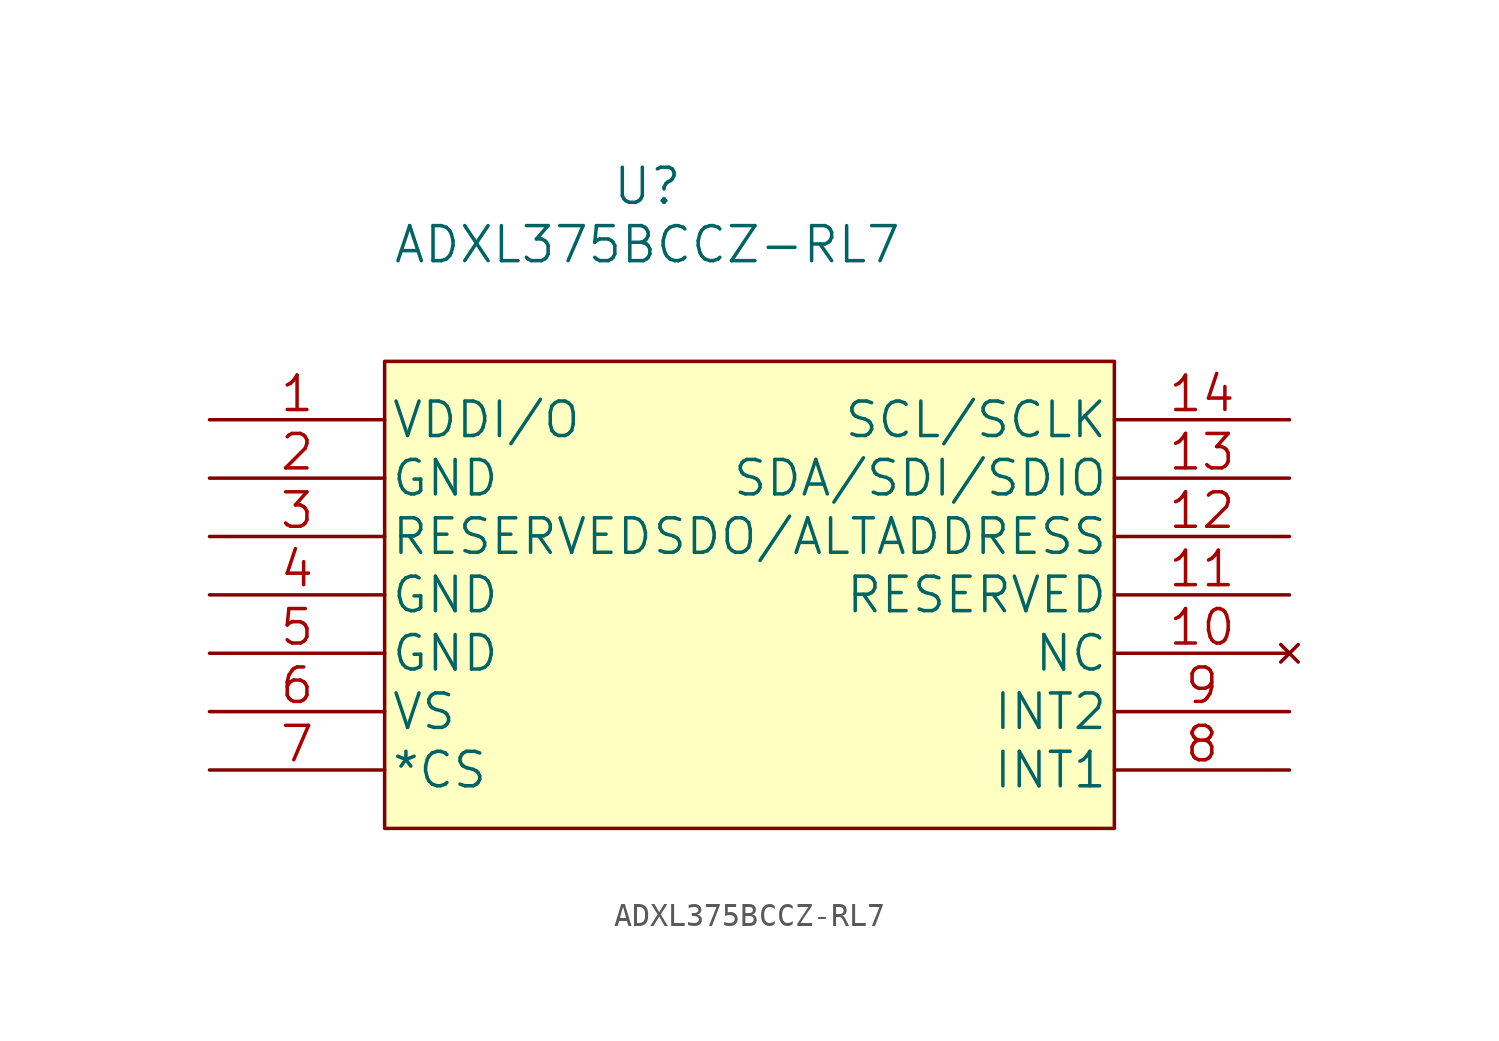
<source format=kicad_sym>
(kicad_symbol_lib
  (version 20211014)
  (generator kicad_symbol_editor)
  (symbol "ADXL375BCCZ-RL7"
    (pin_names
      (offset 0.254))
    (property "Reference" "U"
      (at 35.56 10.16 0)
      (effects (font (size 1.524 1.524))))
    (property "Value" "ADXL375BCCZ-RL7"
      (at 35.56 7.62 0)
      (effects (font (size 1.524 1.524))))
    (property "Datasheet" ""
      (at 16.51 0 0)
      (effects (font (size 1.524 1.524))))
    (property "ki_locked" ""
      (at 0 0 0)
      (effects (font (size 1.27 1.27))))
    (symbol "ADXL375BCCZ-RL7_0_1"
      (rectangle (start 24.13 2.54) (end 55.88 -17.78) (stroke (width 0) (type default) (color 0 0 0 0)) (fill (type background))))
    (symbol "ADXL375BCCZ-RL7_1_1"
      (pin power_in line (at 16.51 0 0) (length 7.62) (name "VDDI/O" (effects (font (size 1.499 1.499)))) (number "1" (effects (font (size 1.499 1.499)))))
      (pin no_connect line (at 63.5 -10.16 180) (length 7.62) (name "NC" (effects (font (size 1.499 1.499)))) (number "10" (effects (font (size 1.499 1.499)))))
      (pin unspecified line (at 63.5 -7.62 180) (length 7.62) (name "RESERVED" (effects (font (size 1.499 1.499)))) (number "11" (effects (font (size 1.499 1.499)))))
      (pin unspecified line (at 63.5 -5.08 180) (length 7.62) (name "SDO/ALTADDRESS" (effects (font (size 1.499 1.499)))) (number "12" (effects (font (size 1.499 1.499)))))
      (pin unspecified line (at 63.5 -2.54 180) (length 7.62) (name "SDA/SDI/SDIO" (effects (font (size 1.499 1.499)))) (number "13" (effects (font (size 1.499 1.499)))))
      (pin unspecified line (at 63.5 0 180) (length 7.62) (name "SCL/SCLK" (effects (font (size 1.499 1.499)))) (number "14" (effects (font (size 1.499 1.499)))))
      (pin power_in line (at 16.51 -2.54 0) (length 7.62) (name "GND" (effects (font (size 1.499 1.499)))) (number "2" (effects (font (size 1.499 1.499)))))
      (pin unspecified line (at 16.51 -5.08 0) (length 7.62) (name "RESERVED" (effects (font (size 1.499 1.499)))) (number "3" (effects (font (size 1.499 1.499)))))
      (pin power_in line (at 16.51 -7.62 0) (length 7.62) (name "GND" (effects (font (size 1.499 1.499)))) (number "4" (effects (font (size 1.499 1.499)))))
      (pin power_in line (at 16.51 -10.16 0) (length 7.62) (name "GND" (effects (font (size 1.499 1.499)))) (number "5" (effects (font (size 1.499 1.499)))))
      (pin unspecified line (at 16.51 -12.7 0) (length 7.62) (name "VS" (effects (font (size 1.499 1.499)))) (number "6" (effects (font (size 1.499 1.499)))))
      (pin unspecified line (at 16.51 -15.24 0) (length 7.62) (name "*CS" (effects (font (size 1.499 1.499)))) (number "7" (effects (font (size 1.499 1.499)))))
      (pin bidirectional line (at 63.5 -15.24 180) (length 7.62) (name "INT1" (effects (font (size 1.499 1.499)))) (number "8" (effects (font (size 1.499 1.499)))))
      (pin bidirectional line (at 63.5 -12.7 180) (length 7.62) (name "INT2" (effects (font (size 1.499 1.499)))) (number "9" (effects (font (size 1.499 1.499))))))))
</source>
